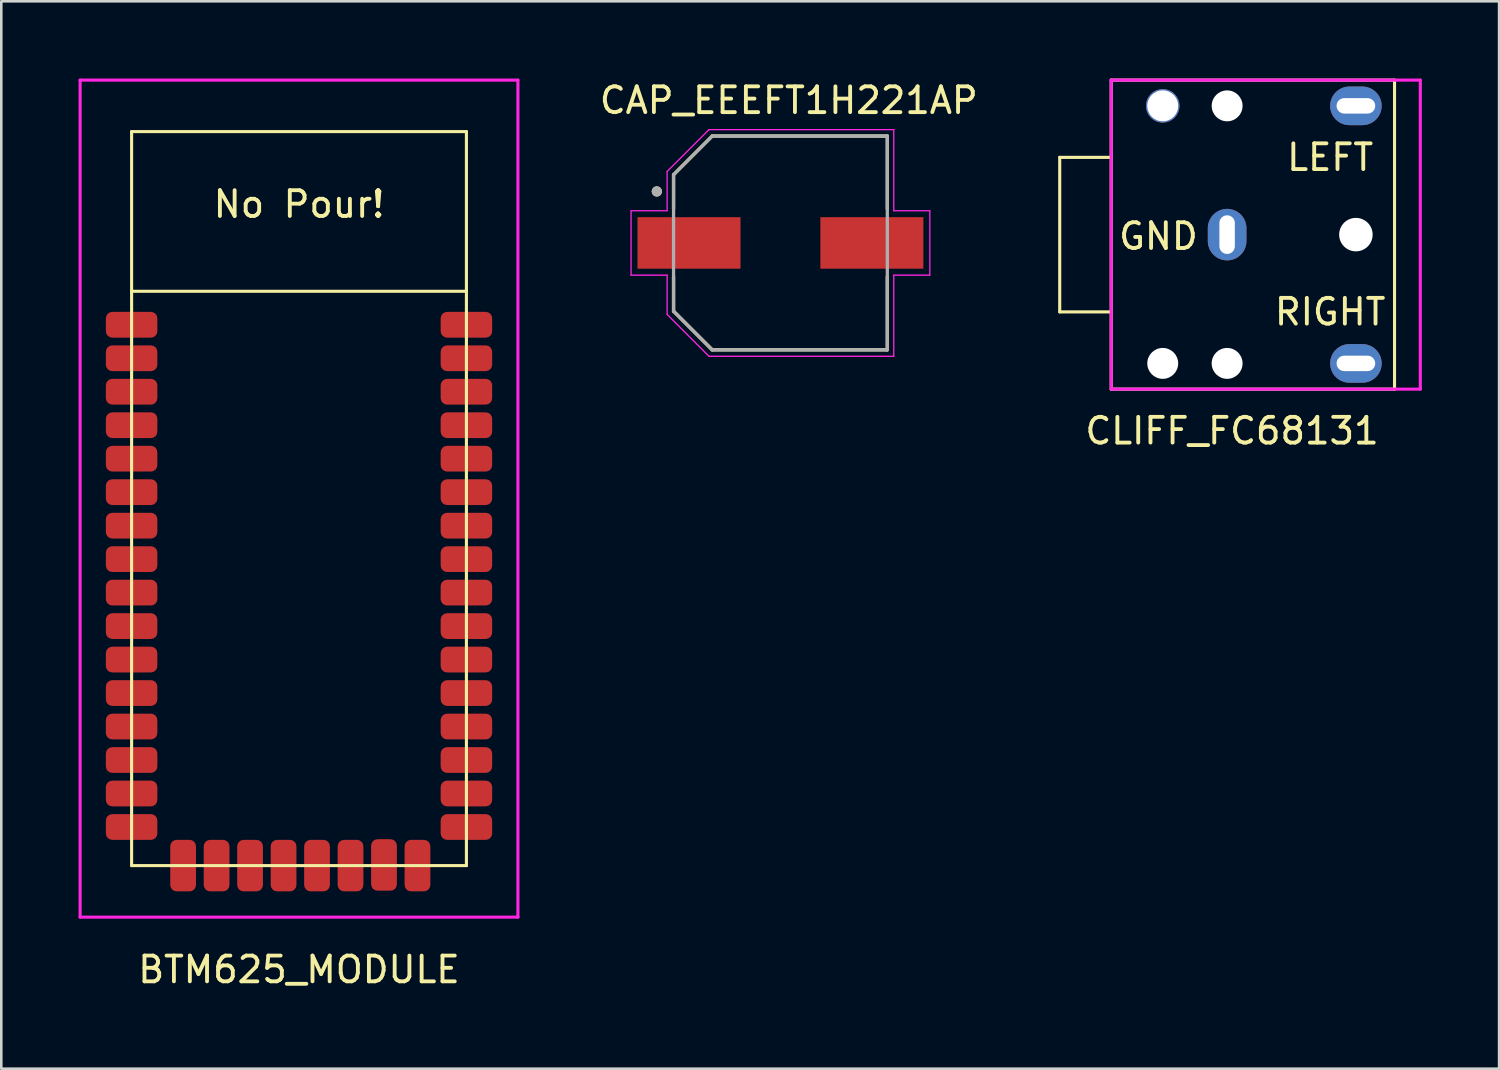
<source format=kicad_pcb>
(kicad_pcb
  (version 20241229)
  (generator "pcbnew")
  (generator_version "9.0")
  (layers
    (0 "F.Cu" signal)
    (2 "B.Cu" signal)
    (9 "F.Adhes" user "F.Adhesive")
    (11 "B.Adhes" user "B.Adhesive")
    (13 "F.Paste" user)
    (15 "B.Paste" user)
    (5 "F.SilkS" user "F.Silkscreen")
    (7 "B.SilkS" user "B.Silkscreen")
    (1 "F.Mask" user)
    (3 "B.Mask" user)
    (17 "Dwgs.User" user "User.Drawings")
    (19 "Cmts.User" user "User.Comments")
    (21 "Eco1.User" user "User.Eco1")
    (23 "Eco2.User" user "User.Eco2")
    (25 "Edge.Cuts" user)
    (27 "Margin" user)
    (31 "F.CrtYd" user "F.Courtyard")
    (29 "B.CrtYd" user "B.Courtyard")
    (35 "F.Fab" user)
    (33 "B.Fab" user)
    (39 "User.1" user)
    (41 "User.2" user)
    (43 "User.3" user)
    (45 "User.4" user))
  (footprint "BTM625_MODULE"
    (layer "F.Cu")
    (at 8.56 16.31)
    (property "Reference" "BTM625_MODULE" (at 0 18.288 0) (layer "F.SilkS") (effects (font (size 1 1) (thickness 0.15))))
    (attr smd)
    (fp_line (start -6.5 -14.25) (end -6.5 14.25) (stroke (width 0.12) (type solid)) (layer "F.SilkS"))
    (fp_line (start -6.5 -14.25) (end 6.5 -14.25) (stroke (width 0.12) (type solid)) (layer "F.SilkS"))
    (fp_line (start -6.5 -8.05) (end 6.5 -8.05) (stroke (width 0.12) (type solid)) (layer "F.SilkS"))
    (fp_line (start -6.5 14.25) (end 6.5 14.25) (stroke (width 0.12) (type solid)) (layer "F.SilkS"))
    (fp_line (start 6.5 -14.25) (end 6.5 14.25) (stroke (width 0.12) (type solid)) (layer "F.SilkS"))
    (fp_line (start -8.5 -16.25) (end 8.5 -16.25) (stroke (width 0.12) (type solid)) (layer "F.CrtYd"))
    (fp_line (start -8.5 16.25) (end -8.5 -16.25) (stroke (width 0.12) (type solid)) (layer "F.CrtYd"))
    (fp_line (start 8.5 -16.25) (end 8.5 16.25) (stroke (width 0.12) (type solid)) (layer "F.CrtYd"))
    (fp_line (start 8.5 16.25) (end -8.5 16.25) (stroke (width 0.12) (type solid)) (layer "F.CrtYd"))
    (fp_text user "No Pour!" (at 0 -11.43 0) (layer "F.SilkS") (effects (font (size 1 1) (thickness 0.15))))
    (pad "1" smd roundrect (at -6.5 -6.75) (size 2 1) (layers "F.Cu" "F.Mask" "F.Paste") (roundrect_rratio 0.25))
    (pad "2" smd roundrect (at -6.5 -5.45) (size 2 1) (layers "F.Cu" "F.Mask" "F.Paste") (roundrect_rratio 0.25))
    (pad "3" smd roundrect (at -6.5 -4.15) (size 2 1) (layers "F.Cu" "F.Mask" "F.Paste") (roundrect_rratio 0.25))
    (pad "4" smd roundrect (at -6.5 -2.85) (size 2 1) (layers "F.Cu" "F.Mask" "F.Paste") (roundrect_rratio 0.25))
    (pad "5" smd roundrect (at -6.5 -1.55) (size 2 1) (layers "F.Cu" "F.Mask" "F.Paste") (roundrect_rratio 0.25))
    (pad "6" smd roundrect (at -6.5 -0.25) (size 2 1) (layers "F.Cu" "F.Mask" "F.Paste") (roundrect_rratio 0.25))
    (pad "7" smd roundrect (at -6.5 1.05) (size 2 1) (layers "F.Cu" "F.Mask" "F.Paste") (roundrect_rratio 0.25))
    (pad "8" smd roundrect (at -6.5 2.35) (size 2 1) (layers "F.Cu" "F.Mask" "F.Paste") (roundrect_rratio 0.25))
    (pad "9" smd roundrect (at -6.5 3.65) (size 2 1) (layers "F.Cu" "F.Mask" "F.Paste") (roundrect_rratio 0.25))
    (pad "10" smd roundrect (at -6.5 4.95) (size 2 1) (layers "F.Cu" "F.Mask" "F.Paste") (roundrect_rratio 0.25))
    (pad "11" smd roundrect (at -6.5 6.25) (size 2 1) (layers "F.Cu" "F.Mask" "F.Paste") (roundrect_rratio 0.25))
    (pad "12" smd roundrect (at -6.5 7.55) (size 2 1) (layers "F.Cu" "F.Mask" "F.Paste") (roundrect_rratio 0.25))
    (pad "13" smd roundrect (at -6.5 8.85) (size 2 1) (layers "F.Cu" "F.Mask" "F.Paste") (roundrect_rratio 0.25))
    (pad "14" smd roundrect (at -6.5 10.15) (size 2 1) (layers "F.Cu" "F.Mask" "F.Paste") (roundrect_rratio 0.25))
    (pad "15" smd roundrect (at -6.5 11.45) (size 2 1) (layers "F.Cu" "F.Mask" "F.Paste") (roundrect_rratio 0.25))
    (pad "16" smd roundrect (at -6.5 12.75) (size 2 1) (layers "F.Cu" "F.Mask" "F.Paste") (roundrect_rratio 0.25))
    (pad "17" smd roundrect (at -4.5 14.25 270) (size 2 1) (layers "F.Cu" "F.Mask" "F.Paste") (roundrect_rratio 0.25))
    (pad "18" smd roundrect (at -3.2 14.25 270) (size 2 1) (layers "F.Cu" "F.Mask" "F.Paste") (roundrect_rratio 0.25))
    (pad "19" smd roundrect (at -1.9 14.25 270) (size 2 1) (layers "F.Cu" "F.Mask" "F.Paste") (roundrect_rratio 0.25))
    (pad "20" smd roundrect (at -0.6 14.25 270) (size 2 1) (layers "F.Cu" "F.Mask" "F.Paste") (roundrect_rratio 0.25))
    (pad "21" smd roundrect (at 0.7 14.25 270) (size 2 1) (layers "F.Cu" "F.Mask" "F.Paste") (roundrect_rratio 0.25))
    (pad "22" smd roundrect (at 2 14.25 270) (size 2 1) (layers "F.Cu" "F.Mask" "F.Paste") (roundrect_rratio 0.25))
    (pad "23" smd roundrect (at 3.3 14.224 270) (size 2 1) (layers "F.Cu" "F.Mask" "F.Paste") (roundrect_rratio 0.25))
    (pad "24" smd roundrect (at 4.6 14.25 270) (size 2 1) (layers "F.Cu" "F.Mask" "F.Paste") (roundrect_rratio 0.25))
    (pad "25" smd roundrect (at 6.5 12.75) (size 2 1) (layers "F.Cu" "F.Mask" "F.Paste") (roundrect_rratio 0.25))
    (pad "26" smd roundrect (at 6.5 11.45) (size 2 1) (layers "F.Cu" "F.Mask" "F.Paste") (roundrect_rratio 0.25))
    (pad "27" smd roundrect (at 6.5 10.15) (size 2 1) (layers "F.Cu" "F.Mask" "F.Paste") (roundrect_rratio 0.25))
    (pad "28" smd roundrect (at 6.5 8.85) (size 2 1) (layers "F.Cu" "F.Mask" "F.Paste") (roundrect_rratio 0.25))
    (pad "29" smd roundrect (at 6.5 7.55) (size 2 1) (layers "F.Cu" "F.Mask" "F.Paste") (roundrect_rratio 0.25))
    (pad "30" smd roundrect (at 6.5 6.25) (size 2 1) (layers "F.Cu" "F.Mask" "F.Paste") (roundrect_rratio 0.25))
    (pad "31" smd roundrect (at 6.5 4.95) (size 2 1) (layers "F.Cu" "F.Mask" "F.Paste") (roundrect_rratio 0.25))
    (pad "32" smd roundrect (at 6.5 3.65) (size 2 1) (layers "F.Cu" "F.Mask" "F.Paste") (roundrect_rratio 0.25))
    (pad "33" smd roundrect (at 6.5 2.35) (size 2 1) (layers "F.Cu" "F.Mask" "F.Paste") (roundrect_rratio 0.25))
    (pad "34" smd roundrect (at 6.5 1.05) (size 2 1) (layers "F.Cu" "F.Mask" "F.Paste") (roundrect_rratio 0.25))
    (pad "35" smd roundrect (at 6.5 -0.25) (size 2 1) (layers "F.Cu" "F.Mask" "F.Paste") (roundrect_rratio 0.25))
    (pad "36" smd roundrect (at 6.5 -1.55) (size 2 1) (layers "F.Cu" "F.Mask" "F.Paste") (roundrect_rratio 0.25))
    (pad "37" smd roundrect (at 6.5 -2.85) (size 2 1) (layers "F.Cu" "F.Mask" "F.Paste") (roundrect_rratio 0.25))
    (pad "38" smd roundrect (at 6.5 -4.15) (size 2 1) (layers "F.Cu" "F.Mask" "F.Paste") (roundrect_rratio 0.25))
    (pad "39" smd roundrect (at 6.5 -5.45) (size 2 1) (layers "F.Cu" "F.Mask" "F.Paste") (roundrect_rratio 0.25))
    (pad "40" smd roundrect (at 6.5 -6.75) (size 2 1) (layers "F.Cu" "F.Mask" "F.Paste") (roundrect_rratio 0.25)))
  (footprint "CAP_EEEFT1H221AP"
    (layer "F.Cu")
    (at 27.253 6.383)
    (property "Reference" "CAP_EEEFT1H221AP" (at 0.325 -5.535 0) (layer "F.SilkS") (effects (font (size 1 1) (thickness 0.15))))
    (attr smd)
    (fp_line (start -4.15 -2.65) (end -4.15 -1.32) (stroke (width 0.127) (type solid)) (layer "F.SilkS"))
    (fp_line (start -4.15 1.32) (end -4.15 2.65) (stroke (width 0.127) (type solid)) (layer "F.SilkS"))
    (fp_line (start -4.15 2.65) (end -2.65 4.15) (stroke (width 0.127) (type solid)) (layer "F.SilkS"))
    (fp_line (start -2.65 -4.15) (end -4.15 -2.65) (stroke (width 0.127) (type solid)) (layer "F.SilkS"))
    (fp_line (start -2.65 4.15) (end 4.15 4.15) (stroke (width 0.127) (type solid)) (layer "F.SilkS"))
    (fp_line (start 4.15 -4.15) (end -2.65 -4.15) (stroke (width 0.127) (type solid)) (layer "F.SilkS"))
    (fp_line (start 4.15 -1.32) (end 4.15 -4.15) (stroke (width 0.127) (type solid)) (layer "F.SilkS"))
    (fp_line (start 4.15 4.15) (end 4.15 1.32) (stroke (width 0.127) (type solid)) (layer "F.SilkS"))
    (fp_circle (center -4.8 -2) (end -4.7 -2) (stroke (width 0.2) (type solid)) (fill no) (layer "F.SilkS"))
    (fp_line (start -5.8 -1.25) (end -4.4 -1.25) (stroke (width 0.05) (type solid)) (layer "F.CrtYd"))
    (fp_line (start -5.8 1.25) (end -5.8 -1.25) (stroke (width 0.05) (type solid)) (layer "F.CrtYd"))
    (fp_line (start -4.4 -2.775) (end -2.775 -4.4) (stroke (width 0.05) (type solid)) (layer "F.CrtYd"))
    (fp_line (start -4.4 -1.25) (end -4.4 -2.775) (stroke (width 0.05) (type solid)) (layer "F.CrtYd"))
    (fp_line (start -4.4 1.25) (end -5.8 1.25) (stroke (width 0.05) (type solid)) (layer "F.CrtYd"))
    (fp_line (start -4.4 2.775) (end -4.4 1.25) (stroke (width 0.05) (type solid)) (layer "F.CrtYd"))
    (fp_line (start -2.775 -4.4) (end 4.4 -4.4) (stroke (width 0.05) (type solid)) (layer "F.CrtYd"))
    (fp_line (start -2.775 4.4) (end -4.4 2.775) (stroke (width 0.05) (type solid)) (layer "F.CrtYd"))
    (fp_line (start 4.4 -4.4) (end 4.4 -1.25) (stroke (width 0.05) (type solid)) (layer "F.CrtYd"))
    (fp_line (start 4.4 -1.25) (end 5.8 -1.25) (stroke (width 0.05) (type solid)) (layer "F.CrtYd"))
    (fp_line (start 4.4 1.25) (end 4.4 4.4) (stroke (width 0.05) (type solid)) (layer "F.CrtYd"))
    (fp_line (start 4.4 4.4) (end -2.775 4.4) (stroke (width 0.05) (type solid)) (layer "F.CrtYd"))
    (fp_line (start 5.8 -1.25) (end 5.8 1.25) (stroke (width 0.05) (type solid)) (layer "F.CrtYd"))
    (fp_line (start 5.8 1.25) (end 4.4 1.25) (stroke (width 0.05) (type solid)) (layer "F.CrtYd"))
    (fp_line (start -4.15 -2.65) (end -4.15 2.65) (stroke (width 0.127) (type solid)) (layer "F.Fab"))
    (fp_line (start -4.15 2.65) (end -2.65 4.15) (stroke (width 0.127) (type solid)) (layer "F.Fab"))
    (fp_line (start -2.65 -4.15) (end -4.15 -2.65) (stroke (width 0.127) (type solid)) (layer "F.Fab"))
    (fp_line (start -2.65 4.15) (end 4.15 4.15) (stroke (width 0.127) (type solid)) (layer "F.Fab"))
    (fp_line (start 4.15 -4.15) (end -2.65 -4.15) (stroke (width 0.127) (type solid)) (layer "F.Fab"))
    (fp_line (start 4.15 4.15) (end 4.15 -4.15) (stroke (width 0.127) (type solid)) (layer "F.Fab"))
    (fp_circle (center -4.8 -2) (end -4.7 -2) (stroke (width 0.2) (type solid)) (fill no) (layer "F.Fab"))
    (pad "1" smd rect (at -3.55 0) (size 4 2) (layers "F.Cu" "F.Mask" "F.Paste"))
    (pad "2" smd rect (at 3.55 0) (size 4 2) (layers "F.Cu" "F.Mask" "F.Paste")))
  (footprint "CLIFF_FC68131"
    (layer "F.Cu")
    (at 44.597 6.06)
    (property "Reference" "CLIFF_FC68131" (at 0.191 7.62 0) (layer "F.SilkS") (effects (font (size 1 1) (thickness 0.15))))
    (attr through_hole)
    (fp_line (start -6.5 -3) (end -4.5 -3) (stroke (width 0.12) (type solid)) (layer "F.SilkS"))
    (fp_line (start -6.5 3) (end -6.5 -3) (stroke (width 0.12) (type solid)) (layer "F.SilkS"))
    (fp_line (start -6.5 3) (end -4.5 3) (stroke (width 0.12) (type solid)) (layer "F.SilkS"))
    (fp_line (start -4.5 -6) (end -4.5 6) (stroke (width 0.12) (type solid)) (layer "F.SilkS"))
    (fp_line (start -4.5 -6) (end 6.5 -6) (stroke (width 0.12) (type solid)) (layer "F.SilkS"))
    (fp_line (start -4.5 6) (end 6.5 6) (stroke (width 0.12) (type solid)) (layer "F.SilkS"))
    (fp_line (start 6.5 6) (end 6.5 -6) (stroke (width 0.12) (type solid)) (layer "F.SilkS"))
    (fp_line (start -4.5 -6) (end -4.5 6) (stroke (width 0.12) (type solid)) (layer "F.CrtYd"))
    (fp_line (start -4.5 -6) (end 7.5 -6) (stroke (width 0.12) (type solid)) (layer "F.CrtYd"))
    (fp_line (start -4.5 6) (end 7.5 6) (stroke (width 0.12) (type solid)) (layer "F.CrtYd"))
    (fp_line (start 7.5 -6) (end 7.5 6) (stroke (width 0.12) (type solid)) (layer "F.CrtYd"))
    (fp_text user "RIGHT" (at 4 3 0) (layer "F.SilkS") (effects (font (size 1 1) (thickness 0.15))))
    (fp_text user "GND" (at -2.667 0.064 0) (layer "F.SilkS") (effects (font (size 1 1) (thickness 0.15))))
    (fp_text user "LEFT" (at 4 -3 0) (layer "F.SilkS") (effects (font (size 1 1) (thickness 0.15))))
    (pad "" np_thru_hole circle (at -2.5 -5) (size 1.3 1.3) (drill 1.2) (layers "*.Cu" "*.Mask"))
    (pad "" np_thru_hole circle (at -2.5 5) (size 1.2 1.2) (drill 1.2) (layers "*.Cu" "*.Mask"))
    (pad "" np_thru_hole circle (at 0 -5) (size 1.2 1.2) (drill 1.2) (layers "*.Cu" "*.Mask"))
    (pad "" np_thru_hole circle (at 0 5) (size 1.2 1.2) (drill 1.2) (layers "*.Cu" "*.Mask"))
    (pad "" np_thru_hole circle (at 5 0) (size 1.3 1.3) (drill 1.3) (layers "*.Cu" "*.Mask"))
    (pad "1" thru_hole oval (at 0 0) (size 1.5 2) (drill oval 0.6 1.5) (layers "*.Cu" "*.Mask"))
    (pad "2" thru_hole oval (at 5 5 90) (size 1.5 2) (drill oval 0.6 1.5) (layers "*.Cu" "*.Mask"))
    (pad "3" thru_hole oval (at 5 -5 90) (size 1.5 2) (drill oval 0.6 1.5) (layers "*.Cu" "*.Mask")))
  (gr_rect
    (start -3 -3)
    (end 55.157 38.446)
    (stroke (width 0.1) (type default))
    (fill no)
    (layer "Edge.Cuts")))
</source>
